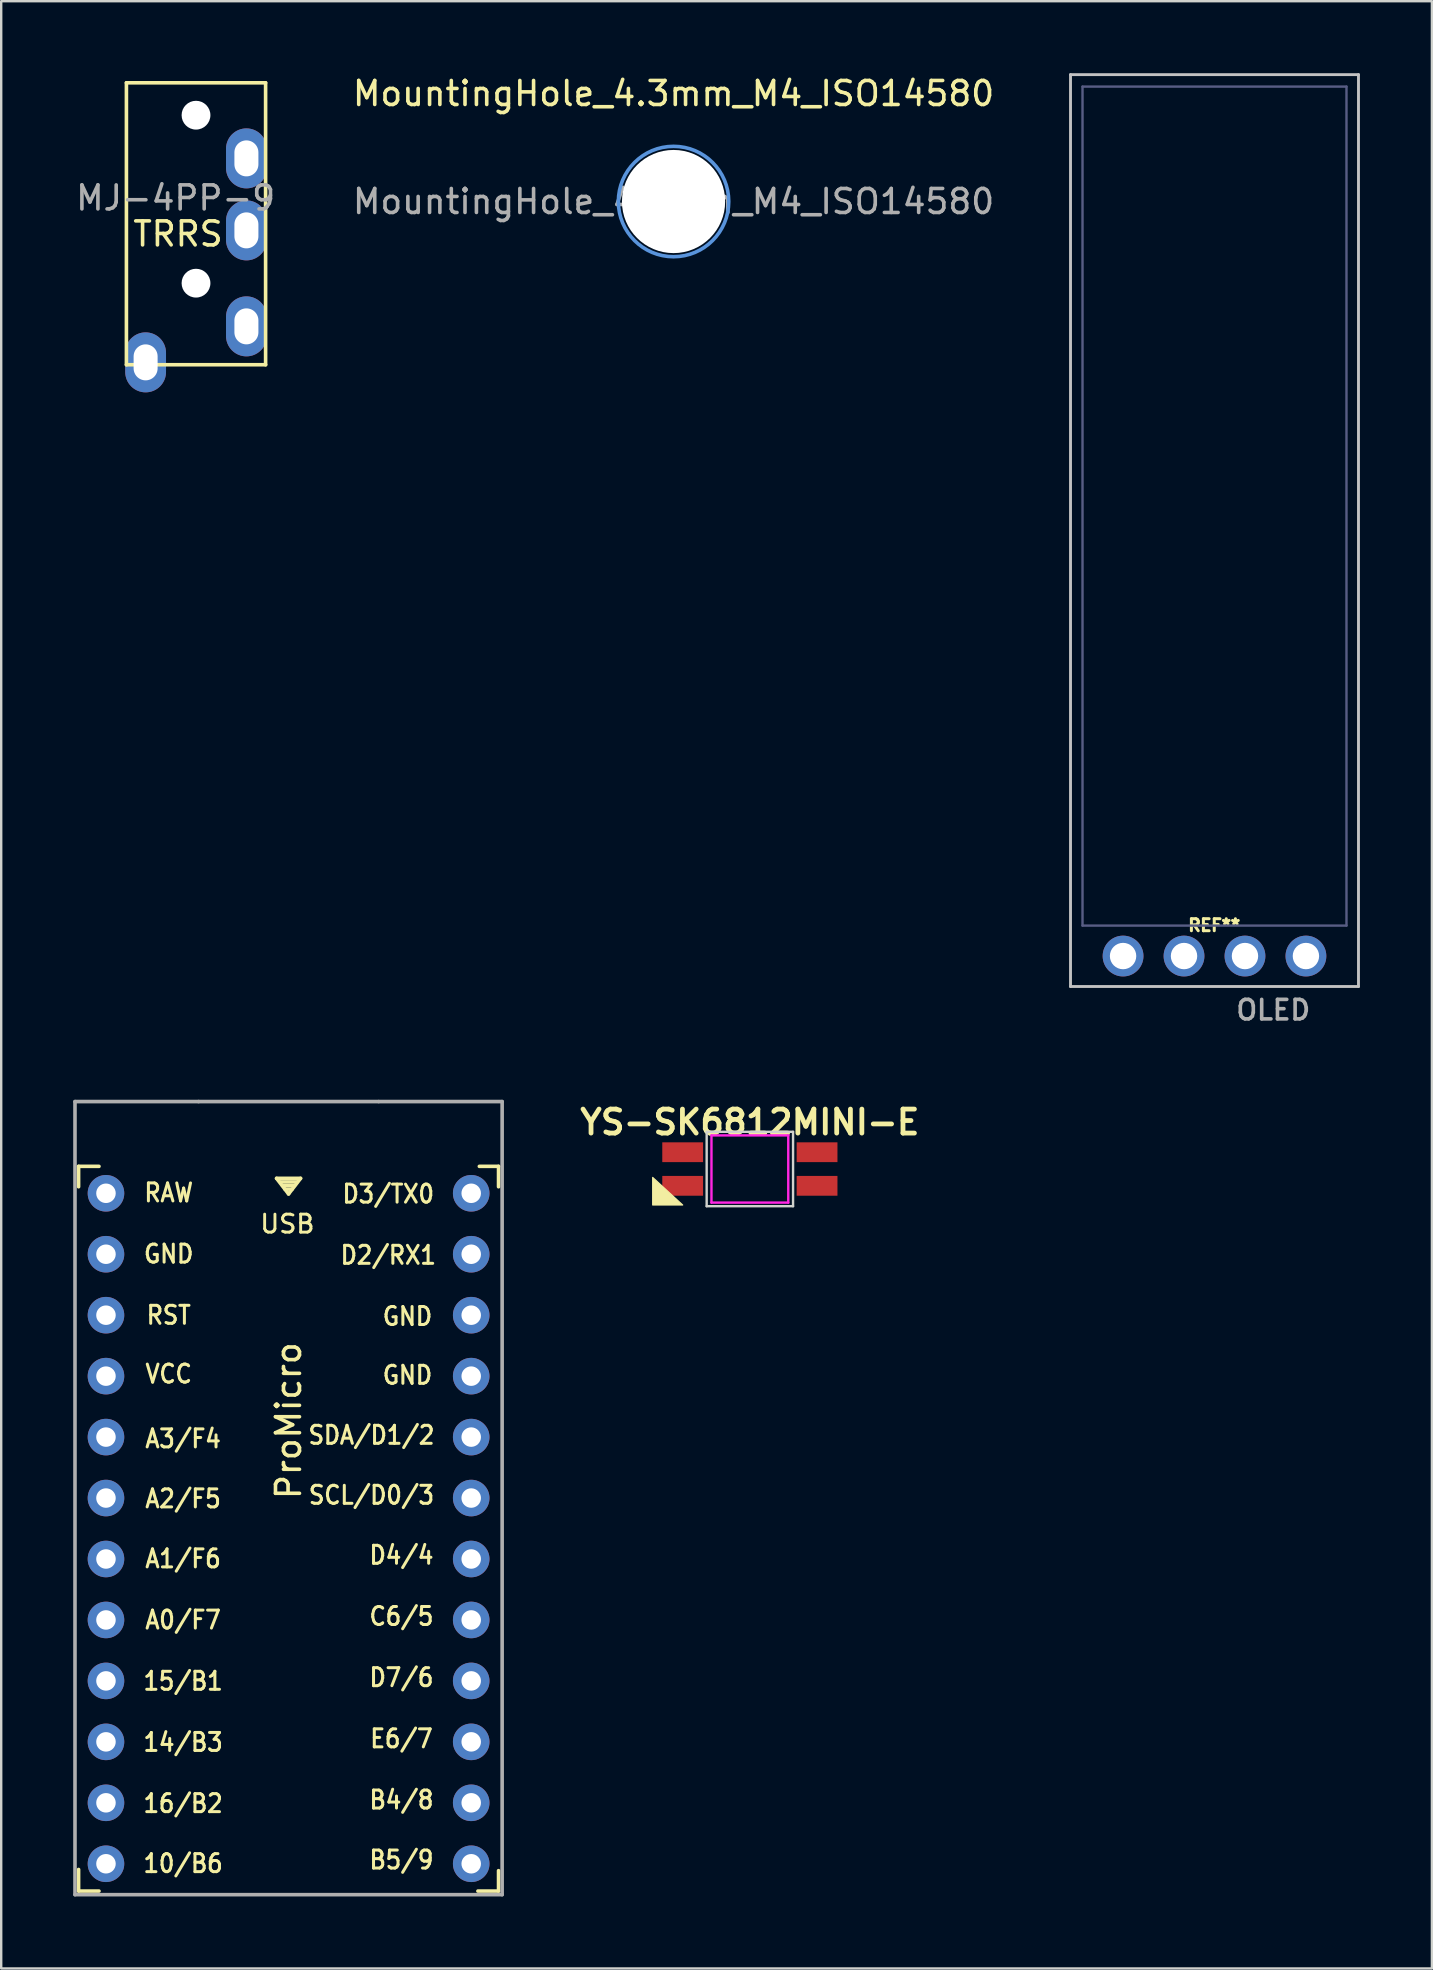
<source format=kicad_pcb>
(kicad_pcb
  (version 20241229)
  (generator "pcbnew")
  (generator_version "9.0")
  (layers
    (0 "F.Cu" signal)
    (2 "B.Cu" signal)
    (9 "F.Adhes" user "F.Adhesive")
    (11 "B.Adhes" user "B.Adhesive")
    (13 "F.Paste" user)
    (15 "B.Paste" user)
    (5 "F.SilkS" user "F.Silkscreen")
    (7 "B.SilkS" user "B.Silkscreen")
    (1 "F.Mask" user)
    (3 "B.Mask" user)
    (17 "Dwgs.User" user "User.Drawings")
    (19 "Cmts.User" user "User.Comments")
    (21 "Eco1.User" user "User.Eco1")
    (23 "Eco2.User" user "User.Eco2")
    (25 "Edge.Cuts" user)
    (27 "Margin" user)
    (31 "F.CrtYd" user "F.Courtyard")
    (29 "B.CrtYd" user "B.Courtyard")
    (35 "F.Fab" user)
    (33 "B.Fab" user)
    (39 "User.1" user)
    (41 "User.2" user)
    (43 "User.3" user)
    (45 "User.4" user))
  (footprint "MJ-4PP-9"
    (layer "F.Cu")
    (at 5.118 0.25)
    (property "Reference" "MJ-4PP-9" (at -0.85 4.95 0) (layer "F.Fab") (effects (font (size 1 1) (thickness 0.15))))
    (attr through_hole)
    (fp_line (start -2.9 0.15) (end 2.9 0.15) (stroke (width 0.15) (type solid)) (layer "F.SilkS"))
    (fp_line (start -2.9 11.9) (end -2.9 0.15) (stroke (width 0.15) (type solid)) (layer "F.SilkS"))
    (fp_line (start 2.9 0.15) (end 2.9 11.9) (stroke (width 0.15) (type solid)) (layer "F.SilkS"))
    (fp_line (start 2.9 11.9) (end -2.9 11.9) (stroke (width 0.15) (type solid)) (layer "F.SilkS"))
    (fp_text user "TRRS" (at -0.75 6.45 0) (layer "F.SilkS") (effects (font (size 1 1) (thickness 0.15))))
    (pad "" np_thru_hole circle (at 0 1.5) (size 1.2 1.2) (drill 1.2) (layers "*.Cu" "*.Mask"))
    (pad "" np_thru_hole circle (at 0 8.5) (size 1.2 1.2) (drill 1.2) (layers "*.Cu" "*.Mask"))
    (pad "A" thru_hole oval (at -2.1 11.8) (size 1.7 2.5) (drill oval 1 1.5) (layers "*.Cu" "B.Mask"))
    (pad "B" thru_hole oval (at 2.1 3.3) (size 1.7 2.5) (drill oval 1 1.5) (layers "*.Cu" "B.Mask"))
    (pad "C" thru_hole oval (at 2.1 6.3) (size 1.7 2.5) (drill oval 1 1.5) (layers "*.Cu" "B.Mask"))
    (pad "D" thru_hole oval (at 2.1 10.3) (size 1.7 2.5) (drill oval 1 1.5) (layers "*.Cu" "B.Mask")))
  (footprint "YS-SK6812MINI-E"
    (layer "F.Cu")
    (at 28.198 45.665)
    (property "Reference" "YS-SK6812MINI-E" (at 0 -1.95 0) (layer "F.SilkS") (effects (font (size 1 1) (thickness 0.2) (bold yes))))
    (attr smd)
    (fp_poly (pts (xy -4.05 0.35) (xy -4.05 1.5) (xy -2.8 1.5)) (stroke (width 0.05) (type solid)) (fill yes) (layer "F.SilkS"))
    (fp_line (start -1.8 -1.55) (end -1.8 1.55) (stroke (width 0.1) (type solid)) (layer "Edge.Cuts"))
    (fp_line (start -1.8 1.55) (end 1.8 1.55) (stroke (width 0.1) (type solid)) (layer "Edge.Cuts"))
    (fp_line (start 1.8 -1.55) (end -1.8 -1.55) (stroke (width 0.1) (type solid)) (layer "Edge.Cuts"))
    (fp_line (start 1.8 1.55) (end 1.8 -1.55) (stroke (width 0.1) (type solid)) (layer "Edge.Cuts"))
    (fp_line (start -1.6 -1.4) (end -1.6 1.4) (stroke (width 0.1) (type solid)) (layer "F.CrtYd"))
    (fp_line (start -1.6 -1.4) (end 1.6 -1.4) (stroke (width 0.1) (type solid)) (layer "F.CrtYd"))
    (fp_line (start -1.6 1.4) (end 1.6 1.4) (stroke (width 0.1) (type solid)) (layer "F.CrtYd"))
    (fp_line (start 1.6 -1.4) (end 1.6 1.4) (stroke (width 0.1) (type solid)) (layer "F.CrtYd"))
    (pad "1" smd rect (at 2.8 -0.7) (size 1.7 0.825) (layers "F.Cu" "F.Mask" "F.Paste"))
    (pad "2" smd rect (at 2.8 0.7) (size 1.7 0.825) (layers "F.Cu" "F.Mask" "F.Paste"))
    (pad "3" smd rect (at -2.8 0.7) (size 1.7 0.825) (layers "F.Cu" "F.Mask" "F.Paste"))
    (pad "4" smd rect (at -2.8 -0.7) (size 1.7 0.825) (layers "F.Cu" "F.Mask" "F.Paste")))
  (footprint "MountingHole_4.3mm_M4_ISO14580"
    (layer "F.Cu")
    (at 25.018 5.348)
    (property "Reference" "MountingHole_4.3mm_M4_ISO14580" (at 0 -4.5 0) (layer "F.SilkS") (effects (font (size 1 1) (thickness 0.15))))
    (attr exclude_from_pos_files exclude_from_bom)
    (fp_circle (center 0 0) (end 2.3 0) (stroke (width 0.15) (type solid)) (fill no) (layer "Cmts.User"))
    (fp_circle (center 0 0) (end 2.3 0) (stroke (width 0.05) (type solid)) (fill no) (layer "F.CrtYd"))
    (fp_text user "${REFERENCE}" (at 0 0 0) (layer "F.Fab") (effects (font (size 1 1) (thickness 0.15))))
    (pad "" np_thru_hole circle (at 0 0) (size 4.3 4.3) (drill 4.3) (layers "*.Cu" "*.Mask")))
  (footprint "OLED"
    (layer "F.Cu")
    (at 47.56 36.79)
    (property "Reference" "OLED" (at 2.45 2.25 180) (layer "F.Fab") (effects (font (size 0.813 0.813) (thickness 0.15))))
    (attr through_hole)
    (fp_line (start -6 -36.73) (end 6 -36.73) (stroke (width 0.12) (type solid)) (layer "Dwgs.User"))
    (fp_line (start -6 1.27) (end -6 -36.73) (stroke (width 0.12) (type solid)) (layer "Dwgs.User"))
    (fp_line (start -6 1.27) (end 6 1.27) (stroke (width 0.12) (type solid)) (layer "Dwgs.User"))
    (fp_line (start 6 -36.73) (end 6 1.27) (stroke (width 0.12) (type solid)) (layer "Dwgs.User"))
    (fp_line (start -5.5 -36.23) (end 5.5 -36.23) (stroke (width 0.1) (type default)) (layer "B.Fab"))
    (fp_line (start -5.5 -1.27) (end -5.5 -36.23) (stroke (width 0.1) (type default)) (layer "B.Fab"))
    (fp_line (start 5.5 -1.27) (end -5.5 -1.27) (stroke (width 0.1) (type default)) (layer "B.Fab"))
    (fp_line (start 5.5 -1.27) (end 5.5 -36.23) (stroke (width 0.1) (type default)) (layer "B.Fab"))
    (fp_text user "REF**" (at -0.01 -1.28 0) (layer "F.SilkS") (effects (font (size 0.5 0.5) (thickness 0.125) (bold yes))))
    (pad "1" thru_hole circle (at -3.81 0) (size 1.7 1.7) (drill 1.1) (layers "*.Cu" "*.Mask"))
    (pad "2" thru_hole circle (at -1.27 0) (size 1.7 1.7) (drill 1.1) (layers "*.Cu" "*.Mask"))
    (pad "3" thru_hole circle (at 1.27 0) (size 1.7 1.7) (drill 1.1) (layers "*.Cu" "*.Mask"))
    (pad "4" thru_hole circle (at 3.81 0) (size 1.7 1.7) (drill 1.1) (layers "*.Cu" "*.Mask")))
  (footprint "ProMicro"
    (layer "F.Cu")
    (at 8.975 61.154)
    (property "Reference" "ProMicro" (at 0 -5 270) (layer "F.SilkS") (effects (font (size 1 1) (thickness 0.15))))
    (attr through_hole)
    (fp_line (start -8.75 -15.6) (end -8.75 -14.75) (stroke (width 0.15) (type solid)) (layer "F.SilkS"))
    (fp_line (start -8.75 -15.6) (end -7.9 -15.6) (stroke (width 0.15) (type solid)) (layer "F.SilkS"))
    (fp_line (start -8.75 13.7) (end -8.75 14.6) (stroke (width 0.15) (type solid)) (layer "F.SilkS"))
    (fp_line (start -8.75 14.6) (end -7.9 14.6) (stroke (width 0.15) (type solid)) (layer "F.SilkS"))
    (fp_line (start -0.5 -15.1) (end 0.5 -15.1) (stroke (width 0.15) (type solid)) (layer "F.SilkS"))
    (fp_line (start -0.35 -14.95) (end 0.35 -14.95) (stroke (width 0.15) (type solid)) (layer "F.SilkS"))
    (fp_line (start -0.25 -14.8) (end 0.25 -14.8) (stroke (width 0.15) (type solid)) (layer "F.SilkS"))
    (fp_line (start -0.15 -14.65) (end 0.15 -14.65) (stroke (width 0.15) (type solid)) (layer "F.SilkS"))
    (fp_line (start 0 -14.45) (end -0.5 -15.1) (stroke (width 0.15) (type solid)) (layer "F.SilkS"))
    (fp_line (start 0.5 -15.1) (end 0 -14.45) (stroke (width 0.15) (type solid)) (layer "F.SilkS"))
    (fp_line (start 8.75 -15.6) (end 7.95 -15.6) (stroke (width 0.15) (type solid)) (layer "F.SilkS"))
    (fp_line (start 8.75 -15.6) (end 8.75 -14.75) (stroke (width 0.15) (type solid)) (layer "F.SilkS"))
    (fp_line (start 8.75 13.75) (end 8.75 14.6) (stroke (width 0.15) (type solid)) (layer "F.SilkS"))
    (fp_line (start 8.75 14.6) (end 7.89 14.6) (stroke (width 0.15) (type solid)) (layer "F.SilkS"))
    (fp_line (start -8.9 -18.3) (end -3.75 -18.3) (stroke (width 0.15) (type solid)) (layer "F.Fab"))
    (fp_line (start -8.9 14.75) (end -8.9 -18.3) (stroke (width 0.15) (type solid)) (layer "F.Fab"))
    (fp_line (start -3.75 -18.3) (end 3.75 -18.3) (stroke (width 0.15) (type solid)) (layer "F.Fab"))
    (fp_line (start 3.76 -18.3) (end 8.9 -18.3) (stroke (width 0.15) (type solid)) (layer "F.Fab"))
    (fp_line (start 8.9 -18.3) (end 8.9 14.75) (stroke (width 0.15) (type solid)) (layer "F.Fab"))
    (fp_line (start 8.9 14.75) (end -8.9 14.75) (stroke (width 0.15) (type solid)) (layer "F.Fab"))
    (fp_text user "A0/F7" (at -4.395 3.3 0) (unlocked yes) (layer "F.SilkS") (effects (font (size 0.75 0.67) (thickness 0.125))))
    (fp_text user "B5/9" (at 4.705 13.3 0) (unlocked yes) (layer "F.SilkS") (effects (font (size 0.75 0.67) (thickness 0.125))))
    (fp_text user "16/B2" (at -4.395 10.95 0) (unlocked yes) (layer "F.SilkS") (effects (font (size 0.75 0.67) (thickness 0.125))))
    (fp_text user "D3/TX0" (at 4.155 -14.45 0) (unlocked yes) (layer "F.SilkS") (effects (font (size 0.75 0.67) (thickness 0.125))))
    (fp_text user "SDA/D1/2" (at 3.455 -4.4 0) (unlocked yes) (layer "F.SilkS") (effects (font (size 0.75 0.67) (thickness 0.125))))
    (fp_text user "RST" (at -4.995 -9.4 0) (unlocked yes) (layer "F.SilkS") (effects (font (size 0.75 0.67) (thickness 0.125))))
    (fp_text user "C6/5" (at 4.705 3.15 0) (unlocked yes) (layer "F.SilkS") (effects (font (size 0.75 0.67) (thickness 0.125))))
    (fp_text user "E6/7" (at 4.705 8.25 0) (unlocked yes) (layer "F.SilkS") (effects (font (size 0.75 0.67) (thickness 0.125))))
    (fp_text user "GND" (at 4.955 -9.35 0) (unlocked yes) (layer "F.SilkS") (effects (font (size 0.75 0.67) (thickness 0.125))))
    (fp_text user "14/B3" (at -4.395 8.4 0) (unlocked yes) (layer "F.SilkS") (effects (font (size 0.75 0.67) (thickness 0.125))))
    (fp_text user "GND" (at 4.955 -6.9 0) (unlocked yes) (layer "F.SilkS") (effects (font (size 0.75 0.67) (thickness 0.125))))
    (fp_text user "VCC" (at -4.995 -6.95 0) (unlocked yes) (layer "F.SilkS") (effects (font (size 0.75 0.67) (thickness 0.125))))
    (fp_text user "D7/6" (at 4.705 5.7 0) (unlocked yes) (layer "F.SilkS") (effects (font (size 0.75 0.67) (thickness 0.125))))
    (fp_text user "RAW" (at -4.995 -14.5 0) (unlocked yes) (layer "F.SilkS") (effects (font (size 0.75 0.67) (thickness 0.125))))
    (fp_text user "GND" (at -4.995 -11.95 0) (unlocked yes) (layer "F.SilkS") (effects (font (size 0.75 0.67) (thickness 0.125))))
    (fp_text user "10/B6" (at -4.395 13.45 0) (unlocked yes) (layer "F.SilkS") (effects (font (size 0.75 0.67) (thickness 0.125))))
    (fp_text user "D4/4" (at 4.705 0.6 0) (unlocked yes) (layer "F.SilkS") (effects (font (size 0.75 0.67) (thickness 0.125))))
    (fp_text user "A1/F6" (at -4.395 0.75 0) (unlocked yes) (layer "F.SilkS") (effects (font (size 0.75 0.67) (thickness 0.125))))
    (fp_text user "B4/8" (at 4.705 10.8 0) (unlocked yes) (layer "F.SilkS") (effects (font (size 0.75 0.67) (thickness 0.125))))
    (fp_text user "A3/F4" (at -4.395 -4.25 0) (unlocked yes) (layer "F.SilkS") (effects (font (size 0.75 0.67) (thickness 0.125))))
    (fp_text user "D2/RX1" (at 4.155 -11.9 0) (unlocked yes) (layer "F.SilkS") (effects (font (size 0.75 0.67) (thickness 0.125))))
    (fp_text user "A2/F5" (at -4.395 -1.75 0) (unlocked yes) (layer "F.SilkS") (effects (font (size 0.75 0.67) (thickness 0.125))))
    (fp_text user "15/B1" (at -4.395 5.85 0) (unlocked yes) (layer "F.SilkS") (effects (font (size 0.75 0.67) (thickness 0.125))))
    (fp_text user "USB" (at -0.05 -13.2 0) (layer "F.SilkS") (effects (font (size 0.75 0.75) (thickness 0.12))))
    (fp_text user "SCL/D0/3" (at 3.455 -1.9 0) (unlocked yes) (layer "F.SilkS") (effects (font (size 0.75 0.67) (thickness 0.125))))
    (pad "1" thru_hole circle (at 7.611 -14.478) (size 1.524 1.524) (drill 0.813) (layers "*.Cu" "B.Mask"))
    (pad "2" thru_hole circle (at 7.611 -11.938) (size 1.524 1.524) (drill 0.813) (layers "*.Cu" "B.Mask"))
    (pad "3" thru_hole circle (at 7.611 -9.398) (size 1.524 1.524) (drill 0.813) (layers "*.Cu" "B.Mask"))
    (pad "4" thru_hole circle (at 7.611 -6.858) (size 1.524 1.524) (drill 0.813) (layers "*.Cu" "B.Mask"))
    (pad "5" thru_hole circle (at 7.611 -4.318) (size 1.524 1.524) (drill 0.813) (layers "*.Cu" "B.Mask"))
    (pad "6" thru_hole circle (at 7.611 -1.778) (size 1.524 1.524) (drill 0.813) (layers "*.Cu" "B.Mask"))
    (pad "7" thru_hole circle (at 7.611 0.762) (size 1.524 1.524) (drill 0.813) (layers "*.Cu" "B.Mask"))
    (pad "8" thru_hole circle (at 7.611 3.302) (size 1.524 1.524) (drill 0.813) (layers "*.Cu" "B.Mask"))
    (pad "9" thru_hole circle (at 7.611 5.842) (size 1.524 1.524) (drill 0.813) (layers "*.Cu" "B.Mask"))
    (pad "10" thru_hole circle (at 7.611 8.382) (size 1.524 1.524) (drill 0.813) (layers "*.Cu" "B.Mask"))
    (pad "11" thru_hole circle (at 7.611 10.922) (size 1.524 1.524) (drill 0.813) (layers "*.Cu" "B.Mask"))
    (pad "12" thru_hole circle (at 7.611 13.462) (size 1.524 1.524) (drill 0.813) (layers "*.Cu" "B.Mask"))
    (pad "13" thru_hole circle (at -7.609 13.462) (size 1.524 1.524) (drill 0.813) (layers "*.Cu" "B.Mask"))
    (pad "14" thru_hole circle (at -7.609 10.922) (size 1.524 1.524) (drill 0.813) (layers "*.Cu" "B.Mask"))
    (pad "15" thru_hole circle (at -7.609 8.382) (size 1.524 1.524) (drill 0.813) (layers "*.Cu" "B.Mask"))
    (pad "16" thru_hole circle (at -7.609 5.842) (size 1.524 1.524) (drill 0.813) (layers "*.Cu" "B.Mask"))
    (pad "17" thru_hole circle (at -7.609 3.302) (size 1.524 1.524) (drill 0.813) (layers "*.Cu" "B.Mask"))
    (pad "18" thru_hole circle (at -7.609 0.762) (size 1.524 1.524) (drill 0.813) (layers "*.Cu" "B.Mask"))
    (pad "19" thru_hole circle (at -7.609 -1.778) (size 1.524 1.524) (drill 0.813) (layers "*.Cu" "B.Mask"))
    (pad "20" thru_hole circle (at -7.609 -4.318) (size 1.524 1.524) (drill 0.813) (layers "*.Cu" "B.Mask"))
    (pad "21" thru_hole circle (at -7.609 -6.858) (size 1.524 1.524) (drill 0.813) (layers "*.Cu" "B.Mask"))
    (pad "22" thru_hole circle (at -7.609 -9.398) (size 1.524 1.524) (drill 0.813) (layers "*.Cu" "B.Mask"))
    (pad "23" thru_hole circle (at -7.609 -11.938) (size 1.524 1.524) (drill 0.813) (layers "*.Cu" "B.Mask"))
    (pad "24" thru_hole circle (at -7.609 -14.478) (size 1.524 1.524) (drill 0.813) (layers "*.Cu" "B.Mask")))
  (gr_rect
    (start -3 -3)
    (end 56.62 78.979)
    (stroke (width 0.1) (type default))
    (fill no)
    (layer "Edge.Cuts")))
</source>
